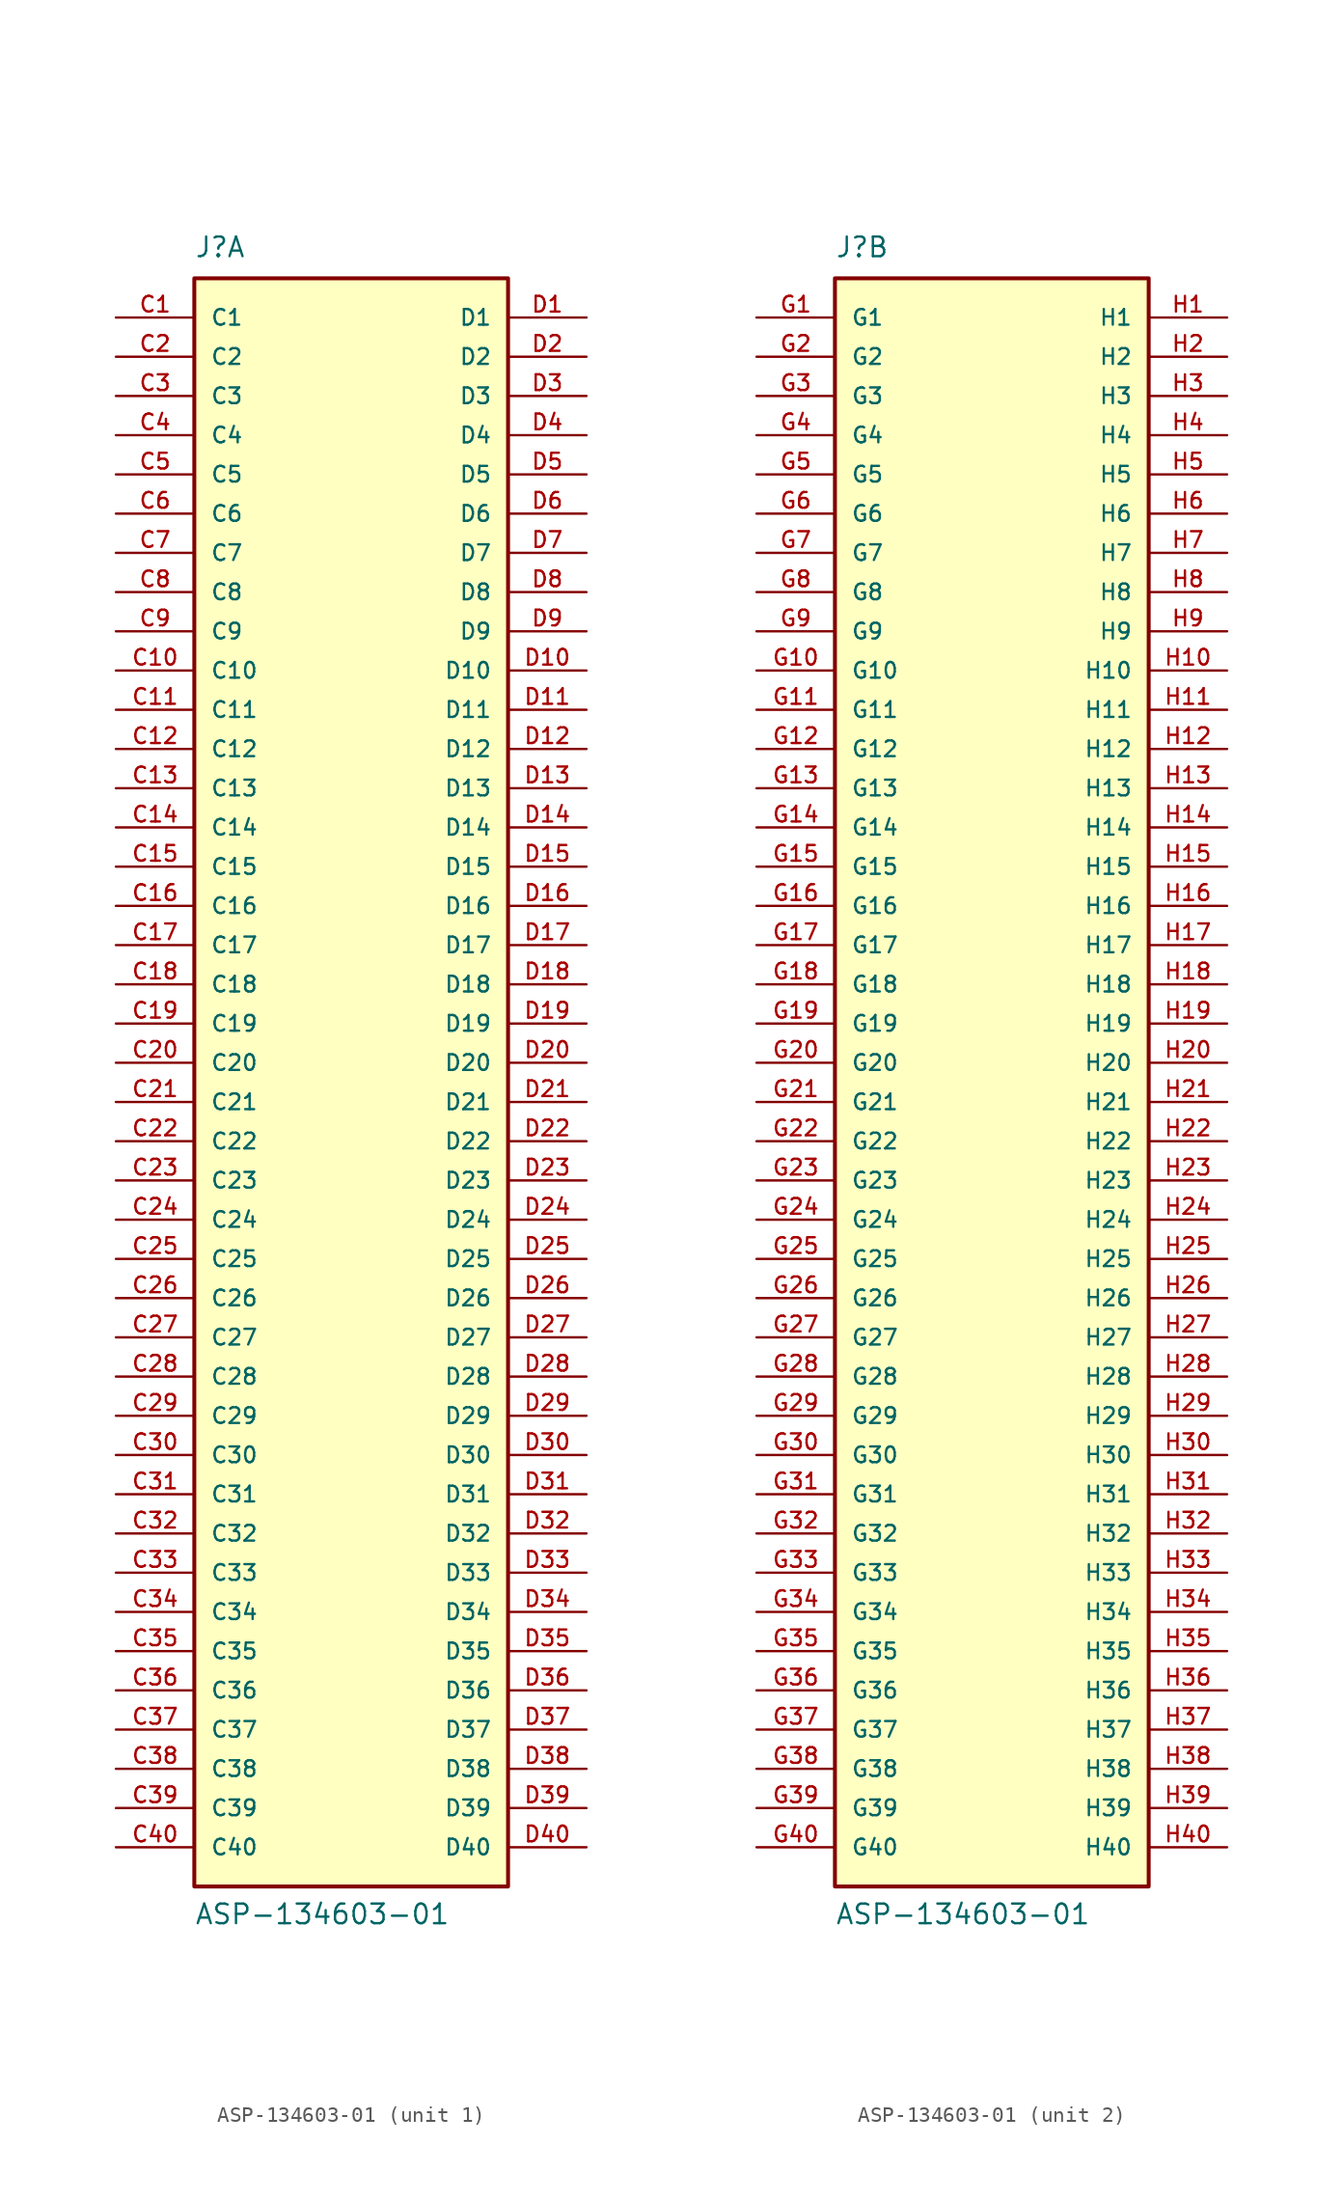
<source format=kicad_sym>
(kicad_symbol_lib
  (version 20211014)
  (generator kicad_symbol_editor)
  (symbol "ASP-134603-01"
    (pin_names
      (offset 1.016))
    (property "Reference" "J"
      (at -10.16 54.61 0)
      (effects (font (size 1.27 1.27)) (justify left bottom)))
    (property "Value" "ASP-134603-01"
      (at -10.16 -53.34 0)
      (effects (font (size 1.27 1.27)) (justify left bottom)))
    (property "ki_locked" ""
      (at 0 0 0)
      (effects (font (size 1.27 1.27))))
    (symbol "ASP-134603-01_1_0"
      (rectangle (start -10.16 -50.8) (end 10.16 53.34) (stroke (width 0.254) (type default) (color 0 0 0 0)) (fill (type background)))
      (pin passive line (at -15.24 50.8 0) (length 5.08) (name "C1" (effects (font (size 1.016 1.016)))) (number "C1" (effects (font (size 1.016 1.016)))))
      (pin passive line (at -15.24 27.94 0) (length 5.08) (name "C10" (effects (font (size 1.016 1.016)))) (number "C10" (effects (font (size 1.016 1.016)))))
      (pin passive line (at -15.24 25.4 0) (length 5.08) (name "C11" (effects (font (size 1.016 1.016)))) (number "C11" (effects (font (size 1.016 1.016)))))
      (pin passive line (at -15.24 22.86 0) (length 5.08) (name "C12" (effects (font (size 1.016 1.016)))) (number "C12" (effects (font (size 1.016 1.016)))))
      (pin passive line (at -15.24 20.32 0) (length 5.08) (name "C13" (effects (font (size 1.016 1.016)))) (number "C13" (effects (font (size 1.016 1.016)))))
      (pin passive line (at -15.24 17.78 0) (length 5.08) (name "C14" (effects (font (size 1.016 1.016)))) (number "C14" (effects (font (size 1.016 1.016)))))
      (pin passive line (at -15.24 15.24 0) (length 5.08) (name "C15" (effects (font (size 1.016 1.016)))) (number "C15" (effects (font (size 1.016 1.016)))))
      (pin passive line (at -15.24 12.7 0) (length 5.08) (name "C16" (effects (font (size 1.016 1.016)))) (number "C16" (effects (font (size 1.016 1.016)))))
      (pin passive line (at -15.24 10.16 0) (length 5.08) (name "C17" (effects (font (size 1.016 1.016)))) (number "C17" (effects (font (size 1.016 1.016)))))
      (pin passive line (at -15.24 7.62 0) (length 5.08) (name "C18" (effects (font (size 1.016 1.016)))) (number "C18" (effects (font (size 1.016 1.016)))))
      (pin passive line (at -15.24 5.08 0) (length 5.08) (name "C19" (effects (font (size 1.016 1.016)))) (number "C19" (effects (font (size 1.016 1.016)))))
      (pin passive line (at -15.24 48.26 0) (length 5.08) (name "C2" (effects (font (size 1.016 1.016)))) (number "C2" (effects (font (size 1.016 1.016)))))
      (pin passive line (at -15.24 2.54 0) (length 5.08) (name "C20" (effects (font (size 1.016 1.016)))) (number "C20" (effects (font (size 1.016 1.016)))))
      (pin passive line (at -15.24 0 0) (length 5.08) (name "C21" (effects (font (size 1.016 1.016)))) (number "C21" (effects (font (size 1.016 1.016)))))
      (pin passive line (at -15.24 -2.54 0) (length 5.08) (name "C22" (effects (font (size 1.016 1.016)))) (number "C22" (effects (font (size 1.016 1.016)))))
      (pin passive line (at -15.24 -5.08 0) (length 5.08) (name "C23" (effects (font (size 1.016 1.016)))) (number "C23" (effects (font (size 1.016 1.016)))))
      (pin passive line (at -15.24 -7.62 0) (length 5.08) (name "C24" (effects (font (size 1.016 1.016)))) (number "C24" (effects (font (size 1.016 1.016)))))
      (pin passive line (at -15.24 -10.16 0) (length 5.08) (name "C25" (effects (font (size 1.016 1.016)))) (number "C25" (effects (font (size 1.016 1.016)))))
      (pin passive line (at -15.24 -12.7 0) (length 5.08) (name "C26" (effects (font (size 1.016 1.016)))) (number "C26" (effects (font (size 1.016 1.016)))))
      (pin passive line (at -15.24 -15.24 0) (length 5.08) (name "C27" (effects (font (size 1.016 1.016)))) (number "C27" (effects (font (size 1.016 1.016)))))
      (pin passive line (at -15.24 -17.78 0) (length 5.08) (name "C28" (effects (font (size 1.016 1.016)))) (number "C28" (effects (font (size 1.016 1.016)))))
      (pin passive line (at -15.24 -20.32 0) (length 5.08) (name "C29" (effects (font (size 1.016 1.016)))) (number "C29" (effects (font (size 1.016 1.016)))))
      (pin passive line (at -15.24 45.72 0) (length 5.08) (name "C3" (effects (font (size 1.016 1.016)))) (number "C3" (effects (font (size 1.016 1.016)))))
      (pin passive line (at -15.24 -22.86 0) (length 5.08) (name "C30" (effects (font (size 1.016 1.016)))) (number "C30" (effects (font (size 1.016 1.016)))))
      (pin passive line (at -15.24 -25.4 0) (length 5.08) (name "C31" (effects (font (size 1.016 1.016)))) (number "C31" (effects (font (size 1.016 1.016)))))
      (pin passive line (at -15.24 -27.94 0) (length 5.08) (name "C32" (effects (font (size 1.016 1.016)))) (number "C32" (effects (font (size 1.016 1.016)))))
      (pin passive line (at -15.24 -30.48 0) (length 5.08) (name "C33" (effects (font (size 1.016 1.016)))) (number "C33" (effects (font (size 1.016 1.016)))))
      (pin passive line (at -15.24 -33.02 0) (length 5.08) (name "C34" (effects (font (size 1.016 1.016)))) (number "C34" (effects (font (size 1.016 1.016)))))
      (pin passive line (at -15.24 -35.56 0) (length 5.08) (name "C35" (effects (font (size 1.016 1.016)))) (number "C35" (effects (font (size 1.016 1.016)))))
      (pin passive line (at -15.24 -38.1 0) (length 5.08) (name "C36" (effects (font (size 1.016 1.016)))) (number "C36" (effects (font (size 1.016 1.016)))))
      (pin passive line (at -15.24 -40.64 0) (length 5.08) (name "C37" (effects (font (size 1.016 1.016)))) (number "C37" (effects (font (size 1.016 1.016)))))
      (pin passive line (at -15.24 -43.18 0) (length 5.08) (name "C38" (effects (font (size 1.016 1.016)))) (number "C38" (effects (font (size 1.016 1.016)))))
      (pin passive line (at -15.24 -45.72 0) (length 5.08) (name "C39" (effects (font (size 1.016 1.016)))) (number "C39" (effects (font (size 1.016 1.016)))))
      (pin passive line (at -15.24 43.18 0) (length 5.08) (name "C4" (effects (font (size 1.016 1.016)))) (number "C4" (effects (font (size 1.016 1.016)))))
      (pin passive line (at -15.24 -48.26 0) (length 5.08) (name "C40" (effects (font (size 1.016 1.016)))) (number "C40" (effects (font (size 1.016 1.016)))))
      (pin passive line (at -15.24 40.64 0) (length 5.08) (name "C5" (effects (font (size 1.016 1.016)))) (number "C5" (effects (font (size 1.016 1.016)))))
      (pin passive line (at -15.24 38.1 0) (length 5.08) (name "C6" (effects (font (size 1.016 1.016)))) (number "C6" (effects (font (size 1.016 1.016)))))
      (pin passive line (at -15.24 35.56 0) (length 5.08) (name "C7" (effects (font (size 1.016 1.016)))) (number "C7" (effects (font (size 1.016 1.016)))))
      (pin passive line (at -15.24 33.02 0) (length 5.08) (name "C8" (effects (font (size 1.016 1.016)))) (number "C8" (effects (font (size 1.016 1.016)))))
      (pin passive line (at -15.24 30.48 0) (length 5.08) (name "C9" (effects (font (size 1.016 1.016)))) (number "C9" (effects (font (size 1.016 1.016)))))
      (pin passive line (at 15.24 50.8 180) (length 5.08) (name "D1" (effects (font (size 1.016 1.016)))) (number "D1" (effects (font (size 1.016 1.016)))))
      (pin passive line (at 15.24 27.94 180) (length 5.08) (name "D10" (effects (font (size 1.016 1.016)))) (number "D10" (effects (font (size 1.016 1.016)))))
      (pin passive line (at 15.24 25.4 180) (length 5.08) (name "D11" (effects (font (size 1.016 1.016)))) (number "D11" (effects (font (size 1.016 1.016)))))
      (pin passive line (at 15.24 22.86 180) (length 5.08) (name "D12" (effects (font (size 1.016 1.016)))) (number "D12" (effects (font (size 1.016 1.016)))))
      (pin passive line (at 15.24 20.32 180) (length 5.08) (name "D13" (effects (font (size 1.016 1.016)))) (number "D13" (effects (font (size 1.016 1.016)))))
      (pin passive line (at 15.24 17.78 180) (length 5.08) (name "D14" (effects (font (size 1.016 1.016)))) (number "D14" (effects (font (size 1.016 1.016)))))
      (pin passive line (at 15.24 15.24 180) (length 5.08) (name "D15" (effects (font (size 1.016 1.016)))) (number "D15" (effects (font (size 1.016 1.016)))))
      (pin passive line (at 15.24 12.7 180) (length 5.08) (name "D16" (effects (font (size 1.016 1.016)))) (number "D16" (effects (font (size 1.016 1.016)))))
      (pin passive line (at 15.24 10.16 180) (length 5.08) (name "D17" (effects (font (size 1.016 1.016)))) (number "D17" (effects (font (size 1.016 1.016)))))
      (pin passive line (at 15.24 7.62 180) (length 5.08) (name "D18" (effects (font (size 1.016 1.016)))) (number "D18" (effects (font (size 1.016 1.016)))))
      (pin passive line (at 15.24 5.08 180) (length 5.08) (name "D19" (effects (font (size 1.016 1.016)))) (number "D19" (effects (font (size 1.016 1.016)))))
      (pin passive line (at 15.24 48.26 180) (length 5.08) (name "D2" (effects (font (size 1.016 1.016)))) (number "D2" (effects (font (size 1.016 1.016)))))
      (pin passive line (at 15.24 2.54 180) (length 5.08) (name "D20" (effects (font (size 1.016 1.016)))) (number "D20" (effects (font (size 1.016 1.016)))))
      (pin passive line (at 15.24 0 180) (length 5.08) (name "D21" (effects (font (size 1.016 1.016)))) (number "D21" (effects (font (size 1.016 1.016)))))
      (pin passive line (at 15.24 -2.54 180) (length 5.08) (name "D22" (effects (font (size 1.016 1.016)))) (number "D22" (effects (font (size 1.016 1.016)))))
      (pin passive line (at 15.24 -5.08 180) (length 5.08) (name "D23" (effects (font (size 1.016 1.016)))) (number "D23" (effects (font (size 1.016 1.016)))))
      (pin passive line (at 15.24 -7.62 180) (length 5.08) (name "D24" (effects (font (size 1.016 1.016)))) (number "D24" (effects (font (size 1.016 1.016)))))
      (pin passive line (at 15.24 -10.16 180) (length 5.08) (name "D25" (effects (font (size 1.016 1.016)))) (number "D25" (effects (font (size 1.016 1.016)))))
      (pin passive line (at 15.24 -12.7 180) (length 5.08) (name "D26" (effects (font (size 1.016 1.016)))) (number "D26" (effects (font (size 1.016 1.016)))))
      (pin passive line (at 15.24 -15.24 180) (length 5.08) (name "D27" (effects (font (size 1.016 1.016)))) (number "D27" (effects (font (size 1.016 1.016)))))
      (pin passive line (at 15.24 -17.78 180) (length 5.08) (name "D28" (effects (font (size 1.016 1.016)))) (number "D28" (effects (font (size 1.016 1.016)))))
      (pin passive line (at 15.24 -20.32 180) (length 5.08) (name "D29" (effects (font (size 1.016 1.016)))) (number "D29" (effects (font (size 1.016 1.016)))))
      (pin passive line (at 15.24 45.72 180) (length 5.08) (name "D3" (effects (font (size 1.016 1.016)))) (number "D3" (effects (font (size 1.016 1.016)))))
      (pin passive line (at 15.24 -22.86 180) (length 5.08) (name "D30" (effects (font (size 1.016 1.016)))) (number "D30" (effects (font (size 1.016 1.016)))))
      (pin passive line (at 15.24 -25.4 180) (length 5.08) (name "D31" (effects (font (size 1.016 1.016)))) (number "D31" (effects (font (size 1.016 1.016)))))
      (pin passive line (at 15.24 -27.94 180) (length 5.08) (name "D32" (effects (font (size 1.016 1.016)))) (number "D32" (effects (font (size 1.016 1.016)))))
      (pin passive line (at 15.24 -30.48 180) (length 5.08) (name "D33" (effects (font (size 1.016 1.016)))) (number "D33" (effects (font (size 1.016 1.016)))))
      (pin passive line (at 15.24 -33.02 180) (length 5.08) (name "D34" (effects (font (size 1.016 1.016)))) (number "D34" (effects (font (size 1.016 1.016)))))
      (pin passive line (at 15.24 -35.56 180) (length 5.08) (name "D35" (effects (font (size 1.016 1.016)))) (number "D35" (effects (font (size 1.016 1.016)))))
      (pin passive line (at 15.24 -38.1 180) (length 5.08) (name "D36" (effects (font (size 1.016 1.016)))) (number "D36" (effects (font (size 1.016 1.016)))))
      (pin passive line (at 15.24 -40.64 180) (length 5.08) (name "D37" (effects (font (size 1.016 1.016)))) (number "D37" (effects (font (size 1.016 1.016)))))
      (pin passive line (at 15.24 -43.18 180) (length 5.08) (name "D38" (effects (font (size 1.016 1.016)))) (number "D38" (effects (font (size 1.016 1.016)))))
      (pin passive line (at 15.24 -45.72 180) (length 5.08) (name "D39" (effects (font (size 1.016 1.016)))) (number "D39" (effects (font (size 1.016 1.016)))))
      (pin passive line (at 15.24 43.18 180) (length 5.08) (name "D4" (effects (font (size 1.016 1.016)))) (number "D4" (effects (font (size 1.016 1.016)))))
      (pin passive line (at 15.24 -48.26 180) (length 5.08) (name "D40" (effects (font (size 1.016 1.016)))) (number "D40" (effects (font (size 1.016 1.016)))))
      (pin passive line (at 15.24 40.64 180) (length 5.08) (name "D5" (effects (font (size 1.016 1.016)))) (number "D5" (effects (font (size 1.016 1.016)))))
      (pin passive line (at 15.24 38.1 180) (length 5.08) (name "D6" (effects (font (size 1.016 1.016)))) (number "D6" (effects (font (size 1.016 1.016)))))
      (pin passive line (at 15.24 35.56 180) (length 5.08) (name "D7" (effects (font (size 1.016 1.016)))) (number "D7" (effects (font (size 1.016 1.016)))))
      (pin passive line (at 15.24 33.02 180) (length 5.08) (name "D8" (effects (font (size 1.016 1.016)))) (number "D8" (effects (font (size 1.016 1.016)))))
      (pin passive line (at 15.24 30.48 180) (length 5.08) (name "D9" (effects (font (size 1.016 1.016)))) (number "D9" (effects (font (size 1.016 1.016))))))
    (symbol "ASP-134603-01_2_0"
      (rectangle (start -10.16 -50.8) (end 10.16 53.34) (stroke (width 0.254) (type default) (color 0 0 0 0)) (fill (type background)))
      (pin passive line (at -15.24 50.8 0) (length 5.08) (name "G1" (effects (font (size 1.016 1.016)))) (number "G1" (effects (font (size 1.016 1.016)))))
      (pin passive line (at -15.24 27.94 0) (length 5.08) (name "G10" (effects (font (size 1.016 1.016)))) (number "G10" (effects (font (size 1.016 1.016)))))
      (pin passive line (at -15.24 25.4 0) (length 5.08) (name "G11" (effects (font (size 1.016 1.016)))) (number "G11" (effects (font (size 1.016 1.016)))))
      (pin passive line (at -15.24 22.86 0) (length 5.08) (name "G12" (effects (font (size 1.016 1.016)))) (number "G12" (effects (font (size 1.016 1.016)))))
      (pin passive line (at -15.24 20.32 0) (length 5.08) (name "G13" (effects (font (size 1.016 1.016)))) (number "G13" (effects (font (size 1.016 1.016)))))
      (pin passive line (at -15.24 17.78 0) (length 5.08) (name "G14" (effects (font (size 1.016 1.016)))) (number "G14" (effects (font (size 1.016 1.016)))))
      (pin passive line (at -15.24 15.24 0) (length 5.08) (name "G15" (effects (font (size 1.016 1.016)))) (number "G15" (effects (font (size 1.016 1.016)))))
      (pin passive line (at -15.24 12.7 0) (length 5.08) (name "G16" (effects (font (size 1.016 1.016)))) (number "G16" (effects (font (size 1.016 1.016)))))
      (pin passive line (at -15.24 10.16 0) (length 5.08) (name "G17" (effects (font (size 1.016 1.016)))) (number "G17" (effects (font (size 1.016 1.016)))))
      (pin passive line (at -15.24 7.62 0) (length 5.08) (name "G18" (effects (font (size 1.016 1.016)))) (number "G18" (effects (font (size 1.016 1.016)))))
      (pin passive line (at -15.24 5.08 0) (length 5.08) (name "G19" (effects (font (size 1.016 1.016)))) (number "G19" (effects (font (size 1.016 1.016)))))
      (pin passive line (at -15.24 48.26 0) (length 5.08) (name "G2" (effects (font (size 1.016 1.016)))) (number "G2" (effects (font (size 1.016 1.016)))))
      (pin passive line (at -15.24 2.54 0) (length 5.08) (name "G20" (effects (font (size 1.016 1.016)))) (number "G20" (effects (font (size 1.016 1.016)))))
      (pin passive line (at -15.24 0 0) (length 5.08) (name "G21" (effects (font (size 1.016 1.016)))) (number "G21" (effects (font (size 1.016 1.016)))))
      (pin passive line (at -15.24 -2.54 0) (length 5.08) (name "G22" (effects (font (size 1.016 1.016)))) (number "G22" (effects (font (size 1.016 1.016)))))
      (pin passive line (at -15.24 -5.08 0) (length 5.08) (name "G23" (effects (font (size 1.016 1.016)))) (number "G23" (effects (font (size 1.016 1.016)))))
      (pin passive line (at -15.24 -7.62 0) (length 5.08) (name "G24" (effects (font (size 1.016 1.016)))) (number "G24" (effects (font (size 1.016 1.016)))))
      (pin passive line (at -15.24 -10.16 0) (length 5.08) (name "G25" (effects (font (size 1.016 1.016)))) (number "G25" (effects (font (size 1.016 1.016)))))
      (pin passive line (at -15.24 -12.7 0) (length 5.08) (name "G26" (effects (font (size 1.016 1.016)))) (number "G26" (effects (font (size 1.016 1.016)))))
      (pin passive line (at -15.24 -15.24 0) (length 5.08) (name "G27" (effects (font (size 1.016 1.016)))) (number "G27" (effects (font (size 1.016 1.016)))))
      (pin passive line (at -15.24 -17.78 0) (length 5.08) (name "G28" (effects (font (size 1.016 1.016)))) (number "G28" (effects (font (size 1.016 1.016)))))
      (pin passive line (at -15.24 -20.32 0) (length 5.08) (name "G29" (effects (font (size 1.016 1.016)))) (number "G29" (effects (font (size 1.016 1.016)))))
      (pin passive line (at -15.24 45.72 0) (length 5.08) (name "G3" (effects (font (size 1.016 1.016)))) (number "G3" (effects (font (size 1.016 1.016)))))
      (pin passive line (at -15.24 -22.86 0) (length 5.08) (name "G30" (effects (font (size 1.016 1.016)))) (number "G30" (effects (font (size 1.016 1.016)))))
      (pin passive line (at -15.24 -25.4 0) (length 5.08) (name "G31" (effects (font (size 1.016 1.016)))) (number "G31" (effects (font (size 1.016 1.016)))))
      (pin passive line (at -15.24 -27.94 0) (length 5.08) (name "G32" (effects (font (size 1.016 1.016)))) (number "G32" (effects (font (size 1.016 1.016)))))
      (pin passive line (at -15.24 -30.48 0) (length 5.08) (name "G33" (effects (font (size 1.016 1.016)))) (number "G33" (effects (font (size 1.016 1.016)))))
      (pin passive line (at -15.24 -33.02 0) (length 5.08) (name "G34" (effects (font (size 1.016 1.016)))) (number "G34" (effects (font (size 1.016 1.016)))))
      (pin passive line (at -15.24 -35.56 0) (length 5.08) (name "G35" (effects (font (size 1.016 1.016)))) (number "G35" (effects (font (size 1.016 1.016)))))
      (pin passive line (at -15.24 -38.1 0) (length 5.08) (name "G36" (effects (font (size 1.016 1.016)))) (number "G36" (effects (font (size 1.016 1.016)))))
      (pin passive line (at -15.24 -40.64 0) (length 5.08) (name "G37" (effects (font (size 1.016 1.016)))) (number "G37" (effects (font (size 1.016 1.016)))))
      (pin passive line (at -15.24 -43.18 0) (length 5.08) (name "G38" (effects (font (size 1.016 1.016)))) (number "G38" (effects (font (size 1.016 1.016)))))
      (pin passive line (at -15.24 -45.72 0) (length 5.08) (name "G39" (effects (font (size 1.016 1.016)))) (number "G39" (effects (font (size 1.016 1.016)))))
      (pin passive line (at -15.24 43.18 0) (length 5.08) (name "G4" (effects (font (size 1.016 1.016)))) (number "G4" (effects (font (size 1.016 1.016)))))
      (pin passive line (at -15.24 -48.26 0) (length 5.08) (name "G40" (effects (font (size 1.016 1.016)))) (number "G40" (effects (font (size 1.016 1.016)))))
      (pin passive line (at -15.24 40.64 0) (length 5.08) (name "G5" (effects (font (size 1.016 1.016)))) (number "G5" (effects (font (size 1.016 1.016)))))
      (pin passive line (at -15.24 38.1 0) (length 5.08) (name "G6" (effects (font (size 1.016 1.016)))) (number "G6" (effects (font (size 1.016 1.016)))))
      (pin passive line (at -15.24 35.56 0) (length 5.08) (name "G7" (effects (font (size 1.016 1.016)))) (number "G7" (effects (font (size 1.016 1.016)))))
      (pin passive line (at -15.24 33.02 0) (length 5.08) (name "G8" (effects (font (size 1.016 1.016)))) (number "G8" (effects (font (size 1.016 1.016)))))
      (pin passive line (at -15.24 30.48 0) (length 5.08) (name "G9" (effects (font (size 1.016 1.016)))) (number "G9" (effects (font (size 1.016 1.016)))))
      (pin passive line (at 15.24 50.8 180) (length 5.08) (name "H1" (effects (font (size 1.016 1.016)))) (number "H1" (effects (font (size 1.016 1.016)))))
      (pin passive line (at 15.24 27.94 180) (length 5.08) (name "H10" (effects (font (size 1.016 1.016)))) (number "H10" (effects (font (size 1.016 1.016)))))
      (pin passive line (at 15.24 25.4 180) (length 5.08) (name "H11" (effects (font (size 1.016 1.016)))) (number "H11" (effects (font (size 1.016 1.016)))))
      (pin passive line (at 15.24 22.86 180) (length 5.08) (name "H12" (effects (font (size 1.016 1.016)))) (number "H12" (effects (font (size 1.016 1.016)))))
      (pin passive line (at 15.24 20.32 180) (length 5.08) (name "H13" (effects (font (size 1.016 1.016)))) (number "H13" (effects (font (size 1.016 1.016)))))
      (pin passive line (at 15.24 17.78 180) (length 5.08) (name "H14" (effects (font (size 1.016 1.016)))) (number "H14" (effects (font (size 1.016 1.016)))))
      (pin passive line (at 15.24 15.24 180) (length 5.08) (name "H15" (effects (font (size 1.016 1.016)))) (number "H15" (effects (font (size 1.016 1.016)))))
      (pin passive line (at 15.24 12.7 180) (length 5.08) (name "H16" (effects (font (size 1.016 1.016)))) (number "H16" (effects (font (size 1.016 1.016)))))
      (pin passive line (at 15.24 10.16 180) (length 5.08) (name "H17" (effects (font (size 1.016 1.016)))) (number "H17" (effects (font (size 1.016 1.016)))))
      (pin passive line (at 15.24 7.62 180) (length 5.08) (name "H18" (effects (font (size 1.016 1.016)))) (number "H18" (effects (font (size 1.016 1.016)))))
      (pin passive line (at 15.24 5.08 180) (length 5.08) (name "H19" (effects (font (size 1.016 1.016)))) (number "H19" (effects (font (size 1.016 1.016)))))
      (pin passive line (at 15.24 48.26 180) (length 5.08) (name "H2" (effects (font (size 1.016 1.016)))) (number "H2" (effects (font (size 1.016 1.016)))))
      (pin passive line (at 15.24 2.54 180) (length 5.08) (name "H20" (effects (font (size 1.016 1.016)))) (number "H20" (effects (font (size 1.016 1.016)))))
      (pin passive line (at 15.24 0 180) (length 5.08) (name "H21" (effects (font (size 1.016 1.016)))) (number "H21" (effects (font (size 1.016 1.016)))))
      (pin passive line (at 15.24 -2.54 180) (length 5.08) (name "H22" (effects (font (size 1.016 1.016)))) (number "H22" (effects (font (size 1.016 1.016)))))
      (pin passive line (at 15.24 -5.08 180) (length 5.08) (name "H23" (effects (font (size 1.016 1.016)))) (number "H23" (effects (font (size 1.016 1.016)))))
      (pin passive line (at 15.24 -7.62 180) (length 5.08) (name "H24" (effects (font (size 1.016 1.016)))) (number "H24" (effects (font (size 1.016 1.016)))))
      (pin passive line (at 15.24 -10.16 180) (length 5.08) (name "H25" (effects (font (size 1.016 1.016)))) (number "H25" (effects (font (size 1.016 1.016)))))
      (pin passive line (at 15.24 -12.7 180) (length 5.08) (name "H26" (effects (font (size 1.016 1.016)))) (number "H26" (effects (font (size 1.016 1.016)))))
      (pin passive line (at 15.24 -15.24 180) (length 5.08) (name "H27" (effects (font (size 1.016 1.016)))) (number "H27" (effects (font (size 1.016 1.016)))))
      (pin passive line (at 15.24 -17.78 180) (length 5.08) (name "H28" (effects (font (size 1.016 1.016)))) (number "H28" (effects (font (size 1.016 1.016)))))
      (pin passive line (at 15.24 -20.32 180) (length 5.08) (name "H29" (effects (font (size 1.016 1.016)))) (number "H29" (effects (font (size 1.016 1.016)))))
      (pin passive line (at 15.24 45.72 180) (length 5.08) (name "H3" (effects (font (size 1.016 1.016)))) (number "H3" (effects (font (size 1.016 1.016)))))
      (pin passive line (at 15.24 -22.86 180) (length 5.08) (name "H30" (effects (font (size 1.016 1.016)))) (number "H30" (effects (font (size 1.016 1.016)))))
      (pin passive line (at 15.24 -25.4 180) (length 5.08) (name "H31" (effects (font (size 1.016 1.016)))) (number "H31" (effects (font (size 1.016 1.016)))))
      (pin passive line (at 15.24 -27.94 180) (length 5.08) (name "H32" (effects (font (size 1.016 1.016)))) (number "H32" (effects (font (size 1.016 1.016)))))
      (pin passive line (at 15.24 -30.48 180) (length 5.08) (name "H33" (effects (font (size 1.016 1.016)))) (number "H33" (effects (font (size 1.016 1.016)))))
      (pin passive line (at 15.24 -33.02 180) (length 5.08) (name "H34" (effects (font (size 1.016 1.016)))) (number "H34" (effects (font (size 1.016 1.016)))))
      (pin passive line (at 15.24 -35.56 180) (length 5.08) (name "H35" (effects (font (size 1.016 1.016)))) (number "H35" (effects (font (size 1.016 1.016)))))
      (pin passive line (at 15.24 -38.1 180) (length 5.08) (name "H36" (effects (font (size 1.016 1.016)))) (number "H36" (effects (font (size 1.016 1.016)))))
      (pin passive line (at 15.24 -40.64 180) (length 5.08) (name "H37" (effects (font (size 1.016 1.016)))) (number "H37" (effects (font (size 1.016 1.016)))))
      (pin passive line (at 15.24 -43.18 180) (length 5.08) (name "H38" (effects (font (size 1.016 1.016)))) (number "H38" (effects (font (size 1.016 1.016)))))
      (pin passive line (at 15.24 -45.72 180) (length 5.08) (name "H39" (effects (font (size 1.016 1.016)))) (number "H39" (effects (font (size 1.016 1.016)))))
      (pin passive line (at 15.24 43.18 180) (length 5.08) (name "H4" (effects (font (size 1.016 1.016)))) (number "H4" (effects (font (size 1.016 1.016)))))
      (pin passive line (at 15.24 -48.26 180) (length 5.08) (name "H40" (effects (font (size 1.016 1.016)))) (number "H40" (effects (font (size 1.016 1.016)))))
      (pin passive line (at 15.24 40.64 180) (length 5.08) (name "H5" (effects (font (size 1.016 1.016)))) (number "H5" (effects (font (size 1.016 1.016)))))
      (pin passive line (at 15.24 38.1 180) (length 5.08) (name "H6" (effects (font (size 1.016 1.016)))) (number "H6" (effects (font (size 1.016 1.016)))))
      (pin passive line (at 15.24 35.56 180) (length 5.08) (name "H7" (effects (font (size 1.016 1.016)))) (number "H7" (effects (font (size 1.016 1.016)))))
      (pin passive line (at 15.24 33.02 180) (length 5.08) (name "H8" (effects (font (size 1.016 1.016)))) (number "H8" (effects (font (size 1.016 1.016)))))
      (pin passive line (at 15.24 30.48 180) (length 5.08) (name "H9" (effects (font (size 1.016 1.016)))) (number "H9" (effects (font (size 1.016 1.016))))))))
</source>
